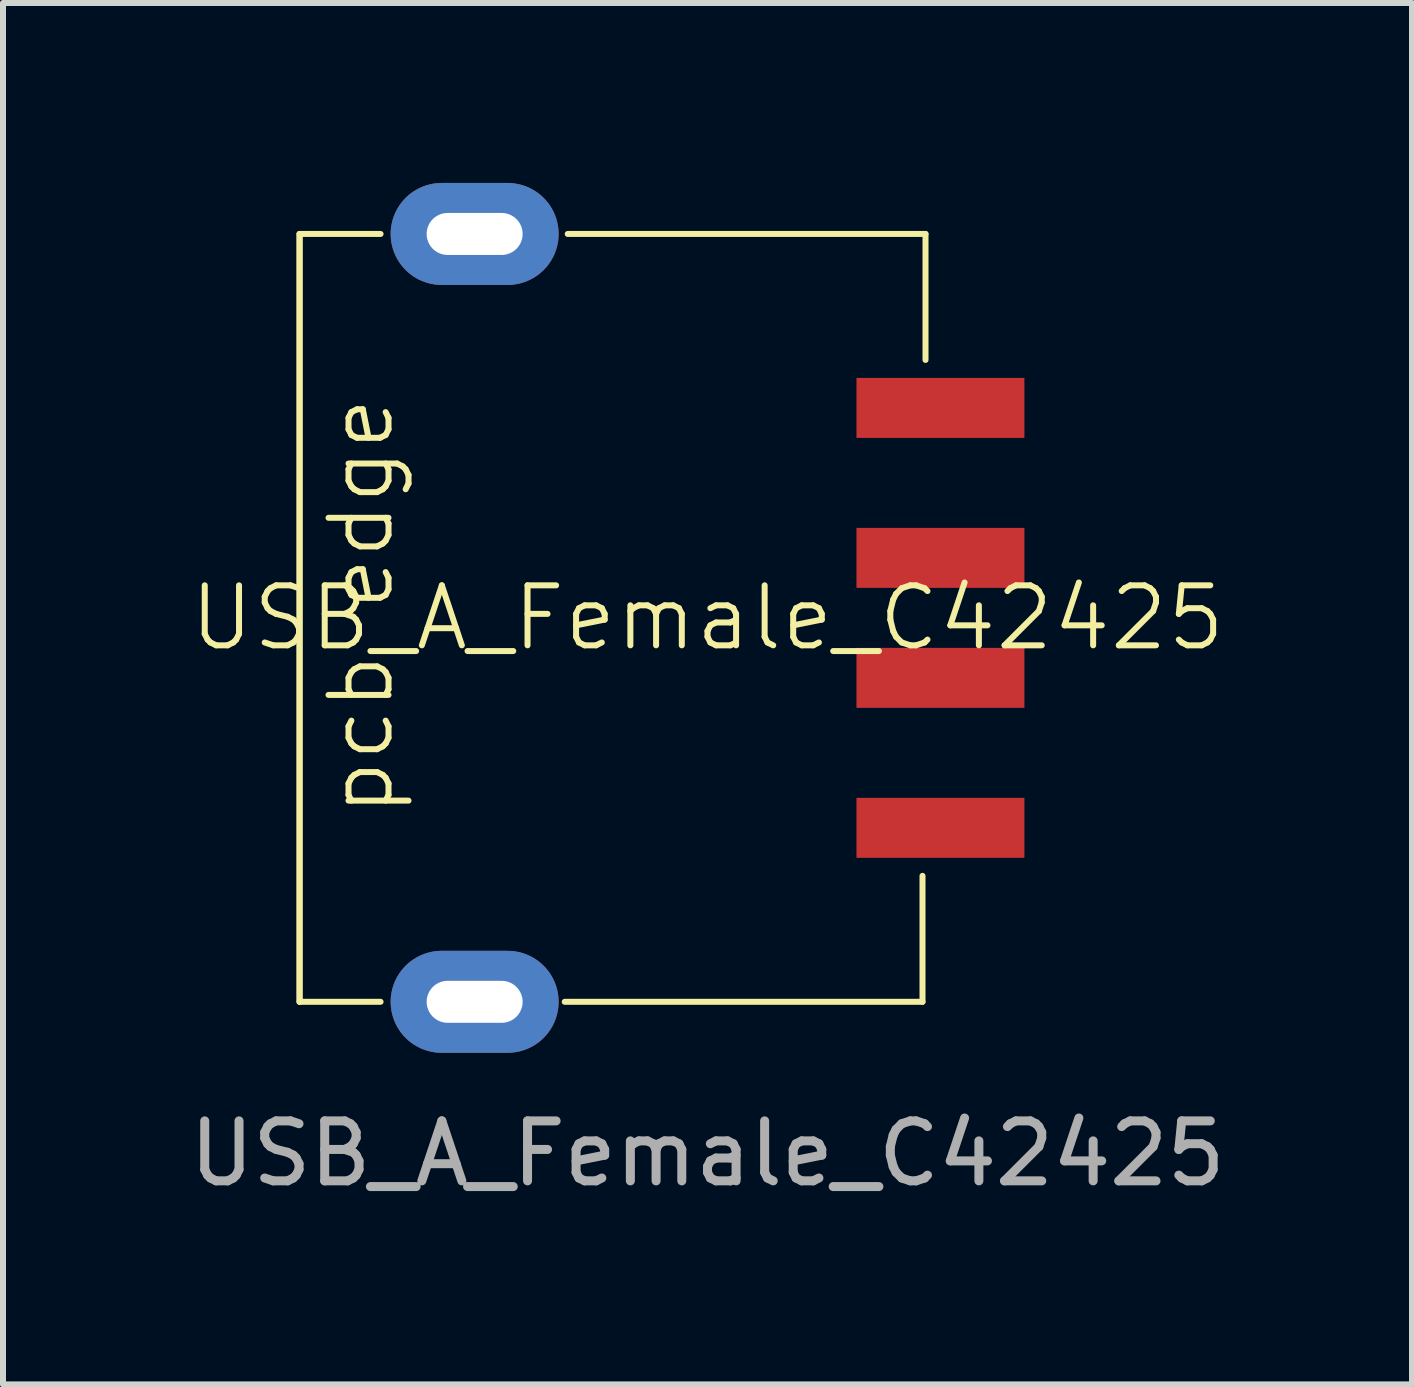
<source format=kicad_pcb>
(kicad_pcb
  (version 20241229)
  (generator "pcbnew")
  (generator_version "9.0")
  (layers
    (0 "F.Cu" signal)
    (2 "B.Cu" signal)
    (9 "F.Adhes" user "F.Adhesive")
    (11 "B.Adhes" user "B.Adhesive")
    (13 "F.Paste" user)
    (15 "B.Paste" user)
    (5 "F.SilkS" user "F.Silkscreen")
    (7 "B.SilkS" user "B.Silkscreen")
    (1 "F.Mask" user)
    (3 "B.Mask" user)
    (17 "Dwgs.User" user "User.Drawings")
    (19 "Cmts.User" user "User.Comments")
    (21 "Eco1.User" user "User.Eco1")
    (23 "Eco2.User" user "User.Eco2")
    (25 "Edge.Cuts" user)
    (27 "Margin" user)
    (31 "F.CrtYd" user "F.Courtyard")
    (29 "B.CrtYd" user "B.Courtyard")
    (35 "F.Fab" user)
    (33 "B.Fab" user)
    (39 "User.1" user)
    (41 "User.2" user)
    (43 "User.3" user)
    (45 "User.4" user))
  (footprint "USB_A_Female_C42425"
    (layer "F.Cu")
    (at 8.744 7.25)
    (property "Reference" "USB_A_Female_C42425" (at 0 0 0) (unlocked yes) (layer "F.SilkS") (effects (font (size 1 1) (thickness 0.1))))
    (attr smd)
    (fp_line (start -6.8 -6.4) (end -6.8 6.4) (stroke (width 0.1) (type default)) (layer "F.SilkS"))
    (fp_line (start -6.8 -6.4) (end -6.8 6.4) (stroke (width 0.1) (type default)) (layer "F.SilkS"))
    (fp_line (start -6.8 -6.4) (end -5.45 -6.4) (stroke (width 0.1) (type default)) (layer "F.SilkS"))
    (fp_line (start -6.8 6.4) (end -5.45 6.4) (stroke (width 0.1) (type default)) (layer "F.SilkS"))
    (fp_line (start -2.38 6.4) (end 3.584 6.4) (stroke (width 0.1) (type default)) (layer "F.SilkS"))
    (fp_line (start -2.33 -6.4) (end 3.634 -6.4) (stroke (width 0.1) (type default)) (layer "F.SilkS"))
    (fp_line (start 3.584 4.3) (end 3.584 6.4) (stroke (width 0.1) (type default)) (layer "F.SilkS"))
    (fp_line (start 3.634 -6.4) (end 3.634 -4.3) (stroke (width 0.1) (type default)) (layer "F.SilkS"))
    (fp_text user "pcb edge" (at -5.19 3.35 90) (unlocked yes) (layer "F.SilkS") (effects (font (size 1 1) (thickness 0.1)) (justify left bottom)))
    (fp_text user "${REFERENCE}" (at 0 8.93 0) (unlocked yes) (layer "F.Fab") (effects (font (size 1 1) (thickness 0.15))))
    (pad "1" smd rect (at 3.883 -3.5) (size 2.8 1) (layers "F.Cu" "F.Mask" "F.Paste"))
    (pad "2" smd rect (at 3.883 -1) (size 2.8 1) (layers "F.Cu" "F.Mask" "F.Paste"))
    (pad "3" smd rect (at 3.883 1) (size 2.8 1) (layers "F.Cu" "F.Mask" "F.Paste"))
    (pad "4" smd rect (at 3.883 3.5) (size 2.8 1) (layers "F.Cu" "F.Mask" "F.Paste"))
    (pad "5" thru_hole oval (at -3.882 -6.4) (size 2.8 1.7) (drill oval 1.6 0.7) (layers "*.Cu" "*.Mask"))
    (pad "5" thru_hole oval (at -3.882 6.4) (size 2.8 1.7) (drill oval 1.6 0.7) (layers "*.Cu" "*.Mask")))
  (gr_rect
    (start -3 -3)
    (end 20.488 20.028)
    (stroke (width 0.1) (type default))
    (fill no)
    (layer "Edge.Cuts")))
</source>
